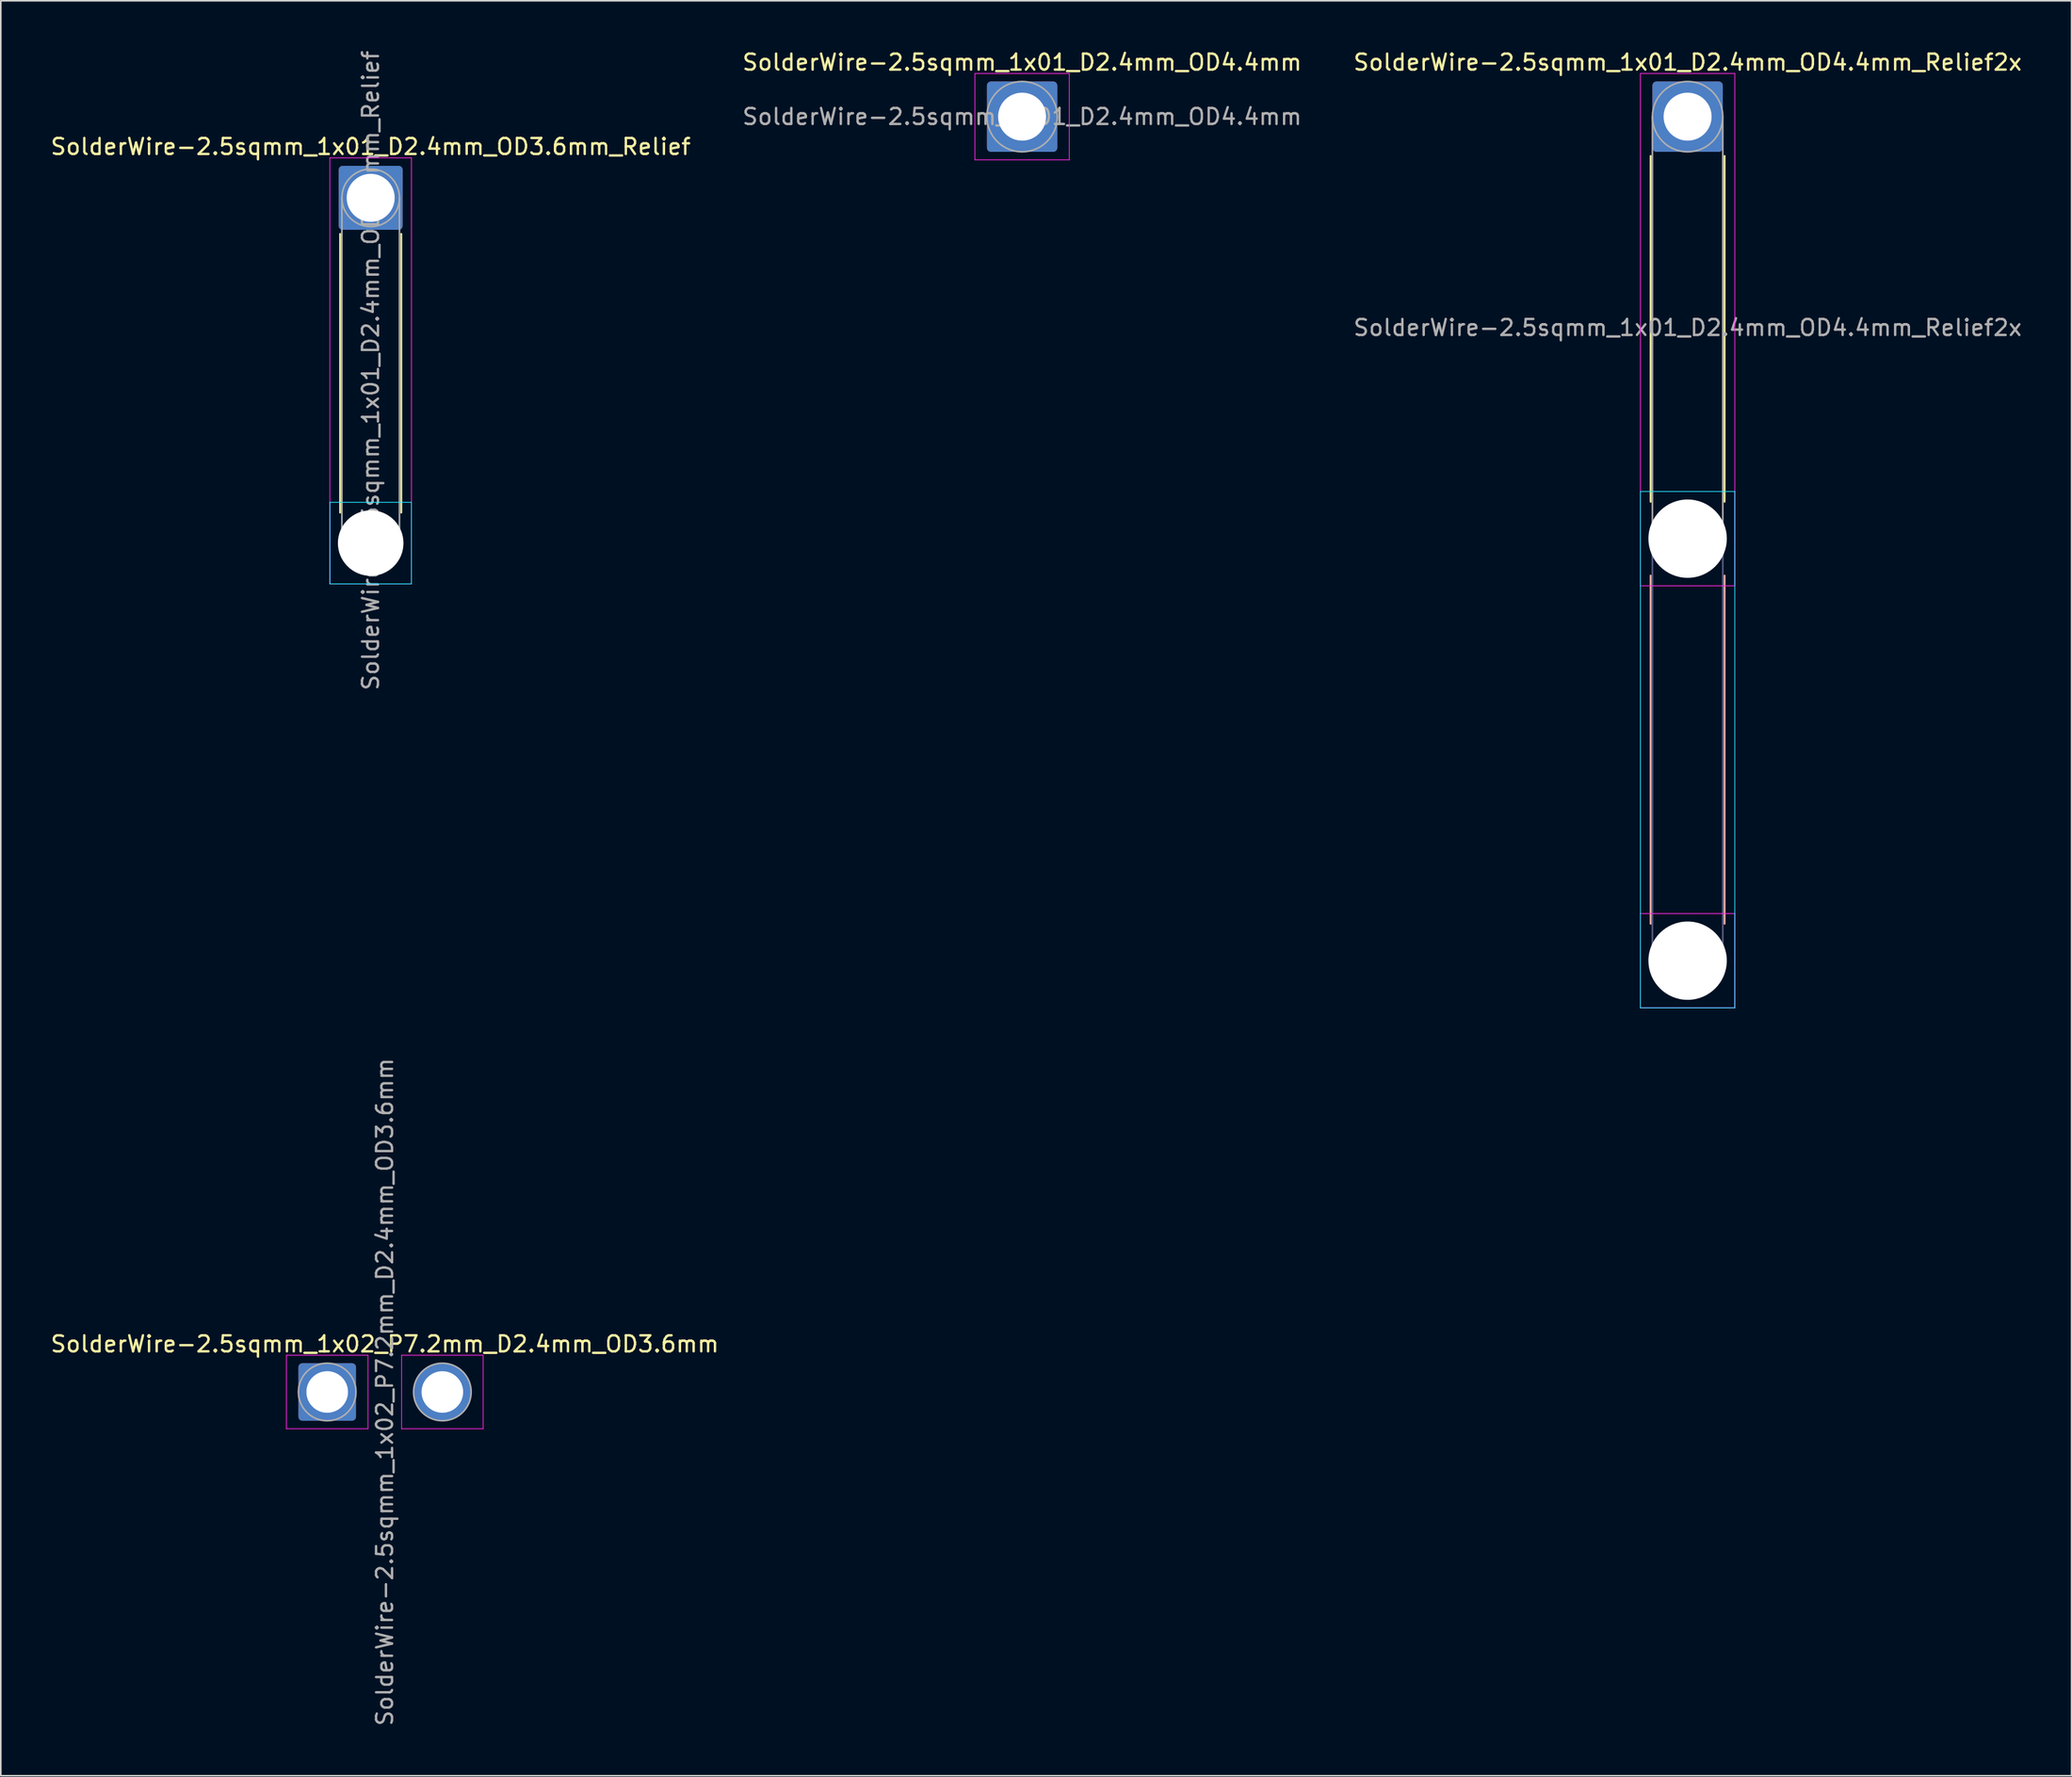
<source format=kicad_pcb>
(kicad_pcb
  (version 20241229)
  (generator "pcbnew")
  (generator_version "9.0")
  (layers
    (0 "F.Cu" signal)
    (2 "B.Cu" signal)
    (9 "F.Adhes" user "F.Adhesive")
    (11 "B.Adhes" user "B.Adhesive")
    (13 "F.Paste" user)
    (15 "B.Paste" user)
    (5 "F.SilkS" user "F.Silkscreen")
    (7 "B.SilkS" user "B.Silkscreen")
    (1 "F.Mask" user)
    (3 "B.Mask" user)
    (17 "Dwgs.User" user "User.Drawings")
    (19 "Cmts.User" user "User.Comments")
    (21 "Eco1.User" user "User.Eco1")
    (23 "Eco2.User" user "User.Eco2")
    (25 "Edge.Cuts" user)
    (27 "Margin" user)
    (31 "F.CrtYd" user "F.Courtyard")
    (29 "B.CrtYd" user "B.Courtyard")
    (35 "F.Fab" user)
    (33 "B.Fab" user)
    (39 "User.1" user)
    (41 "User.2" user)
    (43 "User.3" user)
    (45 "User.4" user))
  (footprint "SolderWire-2.5sqmm_1x01_D2.4mm_OD4.4mm"
    (layer "F.Cu")
    (at 60.851 4.248)
    (property "Reference" "SolderWire-2.5sqmm_1x01_D2.4mm_OD4.4mm" (at 0 -3.4 0) (layer "F.SilkS") (effects (font (size 1 1) (thickness 0.15))))
    (attr exclude_from_pos_files exclude_from_bom)
    (fp_line (start -2.95 -2.7) (end -2.95 2.7) (stroke (width 0.05) (type solid)) (layer "F.CrtYd"))
    (fp_line (start -2.95 2.7) (end 2.95 2.7) (stroke (width 0.05) (type solid)) (layer "F.CrtYd"))
    (fp_line (start 2.95 -2.7) (end -2.95 -2.7) (stroke (width 0.05) (type solid)) (layer "F.CrtYd"))
    (fp_line (start 2.95 2.7) (end 2.95 -2.7) (stroke (width 0.05) (type solid)) (layer "F.CrtYd"))
    (fp_circle (center 0 0) (end 2.2 0) (stroke (width 0.1) (type solid)) (fill no) (layer "F.Fab"))
    (fp_text user "${REFERENCE}" (at 0 0 0) (layer "F.Fab") (effects (font (size 1 1) (thickness 0.15))))
    (pad "1" thru_hole roundrect (at 0 0) (size 4.4 4.4) (drill 3) (layers "*.Cu" "*.Mask") (roundrect_rratio 0.057)))
  (footprint "SolderWire-2.5sqmm_1x02_P7.2mm_D2.4mm_OD3.6mm"
    (layer "F.Cu")
    (at 17.406 84.029)
    (property "Reference" "SolderWire-2.5sqmm_1x02_P7.2mm_D2.4mm_OD3.6mm" (at 3.6 -3 0) (layer "F.SilkS") (effects (font (size 1 1) (thickness 0.15))))
    (attr exclude_from_pos_files exclude_from_bom)
    (fp_line (start -2.55 -2.3) (end -2.55 2.3) (stroke (width 0.05) (type solid)) (layer "F.CrtYd"))
    (fp_line (start -2.55 2.3) (end 2.55 2.3) (stroke (width 0.05) (type solid)) (layer "F.CrtYd"))
    (fp_line (start 2.55 -2.3) (end -2.55 -2.3) (stroke (width 0.05) (type solid)) (layer "F.CrtYd"))
    (fp_line (start 2.55 2.3) (end 2.55 -2.3) (stroke (width 0.05) (type solid)) (layer "F.CrtYd"))
    (fp_line (start 4.65 -2.3) (end 4.65 2.3) (stroke (width 0.05) (type solid)) (layer "F.CrtYd"))
    (fp_line (start 4.65 2.3) (end 9.75 2.3) (stroke (width 0.05) (type solid)) (layer "F.CrtYd"))
    (fp_line (start 9.75 -2.3) (end 4.65 -2.3) (stroke (width 0.05) (type solid)) (layer "F.CrtYd"))
    (fp_line (start 9.75 2.3) (end 9.75 -2.3) (stroke (width 0.05) (type solid)) (layer "F.CrtYd"))
    (fp_circle (center 0 0) (end 1.8 0) (stroke (width 0.1) (type solid)) (fill no) (layer "F.Fab"))
    (fp_circle (center 7.2 0) (end 9 0) (stroke (width 0.1) (type solid)) (fill no) (layer "F.Fab"))
    (fp_text user "${REFERENCE}" (at 3.6 0 90) (layer "F.Fab") (effects (font (size 1 1) (thickness 0.15))))
    (pad "1" thru_hole roundrect (at 0 0) (size 3.6 3.6) (drill 2.6) (layers "*.Cu" "*.Mask") (roundrect_rratio 0.069))
    (pad "2" thru_hole circle (at 7.2 0) (size 3.6 3.6) (drill 2.6) (layers "*.Cu" "*.Mask")))
  (footprint "SolderWire-2.5sqmm_1x01_D2.4mm_OD3.6mm_Relief"
    (layer "F.Cu")
    (at 20.125 9.325)
    (property "Reference" "SolderWire-2.5sqmm_1x01_D2.4mm_OD3.6mm_Relief" (at 0 -3.2 0) (layer "F.SilkS") (effects (font (size 1 1) (thickness 0.15))))
    (attr exclude_from_pos_files exclude_from_bom)
    (fp_line (start -1.91 2.26) (end -1.91 19.69) (stroke (width 0.12) (type solid)) (layer "F.SilkS"))
    (fp_line (start 1.91 2.26) (end 1.91 19.69) (stroke (width 0.12) (type solid)) (layer "F.SilkS"))
    (fp_line (start -2.55 19.05) (end -2.55 24.15) (stroke (width 0.05) (type solid)) (layer "B.CrtYd"))
    (fp_line (start -2.55 24.15) (end 2.55 24.15) (stroke (width 0.05) (type solid)) (layer "B.CrtYd"))
    (fp_line (start 2.55 19.05) (end -2.55 19.05) (stroke (width 0.05) (type solid)) (layer "B.CrtYd"))
    (fp_line (start 2.55 24.15) (end 2.55 19.05) (stroke (width 0.05) (type solid)) (layer "B.CrtYd"))
    (fp_line (start -2.55 -2.5) (end -2.55 24.15) (stroke (width 0.05) (type solid)) (layer "F.CrtYd"))
    (fp_line (start -2.55 24.15) (end 2.55 24.15) (stroke (width 0.05) (type solid)) (layer "F.CrtYd"))
    (fp_line (start 2.55 -2.5) (end -2.55 -2.5) (stroke (width 0.05) (type solid)) (layer "F.CrtYd"))
    (fp_line (start 2.55 24.15) (end 2.55 -2.5) (stroke (width 0.05) (type solid)) (layer "F.CrtYd"))
    (fp_line (start -1.8 0) (end -1.8 21.6) (stroke (width 0.1) (type solid)) (layer "F.Fab"))
    (fp_line (start 1.8 0) (end 1.8 21.6) (stroke (width 0.1) (type solid)) (layer "F.Fab"))
    (fp_circle (center 0 0) (end 1.8 0) (stroke (width 0.1) (type solid)) (fill no) (layer "F.Fab"))
    (fp_circle (center 0 21.6) (end 1.8 21.6) (stroke (width 0.1) (type solid)) (fill no) (layer "F.Fab"))
    (fp_text user "${REFERENCE}" (at 0 10.8 90) (layer "F.Fab") (effects (font (size 1 1) (thickness 0.15))))
    (pad "" np_thru_hole circle (at 0 21.6) (size 4.1 4.1) (drill 4.1) (layers "*.Cu" "*.Mask"))
    (pad "1" thru_hole roundrect (at 0 0) (size 4 4) (drill 3) (layers "*.Cu" "*.Mask") (roundrect_rratio 0.062)))
  (footprint "SolderWire-2.5sqmm_1x01_D2.4mm_OD4.4mm_Relief2x"
    (layer "F.Cu")
    (at 102.458 4.248)
    (property "Reference" "SolderWire-2.5sqmm_1x01_D2.4mm_OD4.4mm_Relief2x" (at 0 -3.4 0) (layer "F.SilkS") (effects (font (size 1 1) (thickness 0.15))))
    (attr exclude_from_pos_files exclude_from_bom)
    (fp_line (start -2.31 2.46) (end -2.31 24.09) (stroke (width 0.12) (type solid)) (layer "F.SilkS"))
    (fp_line (start 2.31 2.46) (end 2.31 24.09) (stroke (width 0.12) (type solid)) (layer "F.SilkS"))
    (fp_line (start -2.31 28.71) (end -2.31 50.49) (stroke (width 0.12) (type solid)) (layer "B.SilkS"))
    (fp_line (start 2.31 28.71) (end 2.31 50.49) (stroke (width 0.12) (type solid)) (layer "B.SilkS"))
    (fp_line (start -2.95 23.45) (end -2.95 55.75) (stroke (width 0.05) (type solid)) (layer "B.CrtYd"))
    (fp_line (start -2.95 55.75) (end 2.95 55.75) (stroke (width 0.05) (type solid)) (layer "B.CrtYd"))
    (fp_line (start 2.95 23.45) (end -2.95 23.45) (stroke (width 0.05) (type solid)) (layer "B.CrtYd"))
    (fp_line (start 2.95 55.75) (end 2.95 23.45) (stroke (width 0.05) (type solid)) (layer "B.CrtYd"))
    (fp_line (start -2.95 -2.7) (end -2.95 29.35) (stroke (width 0.05) (type solid)) (layer "F.CrtYd"))
    (fp_line (start -2.95 29.35) (end 2.95 29.35) (stroke (width 0.05) (type solid)) (layer "F.CrtYd"))
    (fp_line (start -2.95 49.85) (end -2.95 55.75) (stroke (width 0.05) (type solid)) (layer "F.CrtYd"))
    (fp_line (start -2.95 55.75) (end 2.95 55.75) (stroke (width 0.05) (type solid)) (layer "F.CrtYd"))
    (fp_line (start 2.95 -2.7) (end -2.95 -2.7) (stroke (width 0.05) (type solid)) (layer "F.CrtYd"))
    (fp_line (start 2.95 29.35) (end 2.95 -2.7) (stroke (width 0.05) (type solid)) (layer "F.CrtYd"))
    (fp_line (start 2.95 49.85) (end -2.95 49.85) (stroke (width 0.05) (type solid)) (layer "F.CrtYd"))
    (fp_line (start 2.95 55.75) (end 2.95 49.85) (stroke (width 0.05) (type solid)) (layer "F.CrtYd"))
    (fp_line (start -2.2 26.4) (end -2.2 52.8) (stroke (width 0.1) (type solid)) (layer "B.Fab"))
    (fp_line (start 2.2 26.4) (end 2.2 52.8) (stroke (width 0.1) (type solid)) (layer "B.Fab"))
    (fp_circle (center 0 26.4) (end 2.2 26.4) (stroke (width 0.1) (type solid)) (fill no) (layer "B.Fab"))
    (fp_circle (center 0 52.8) (end 2.2 52.8) (stroke (width 0.1) (type solid)) (fill no) (layer "B.Fab"))
    (fp_line (start -2.2 0) (end -2.2 26.4) (stroke (width 0.1) (type solid)) (layer "F.Fab"))
    (fp_line (start 2.2 0) (end 2.2 26.4) (stroke (width 0.1) (type solid)) (layer "F.Fab"))
    (fp_circle (center 0 0) (end 2.2 0) (stroke (width 0.1) (type solid)) (fill no) (layer "F.Fab"))
    (fp_circle (center 0 26.4) (end 2.2 26.4) (stroke (width 0.1) (type solid)) (fill no) (layer "F.Fab"))
    (fp_circle (center 0 52.8) (end 2.2 52.8) (stroke (width 0.1) (type solid)) (fill no) (layer "F.Fab"))
    (fp_text user "${REFERENCE}" (at 0 13.2 0) (layer "F.Fab") (effects (font (size 1 1) (thickness 0.15))))
    (pad "" np_thru_hole circle (at 0 26.4) (size 4.9 4.9) (drill 4.9) (layers "*.Cu" "*.Mask"))
    (pad "" np_thru_hole circle (at 0 52.8) (size 4.9 4.9) (drill 4.9) (layers "*.Cu" "*.Mask"))
    (pad "1" thru_hole roundrect (at 0 0) (size 4.4 4.4) (drill 3) (layers "*.Cu" "*.Mask") (roundrect_rratio 0.057)))
  (gr_rect
    (start -3 -3)
    (end 126.464 108.035)
    (stroke (width 0.1) (type default))
    (fill no)
    (layer "Edge.Cuts")))
</source>
